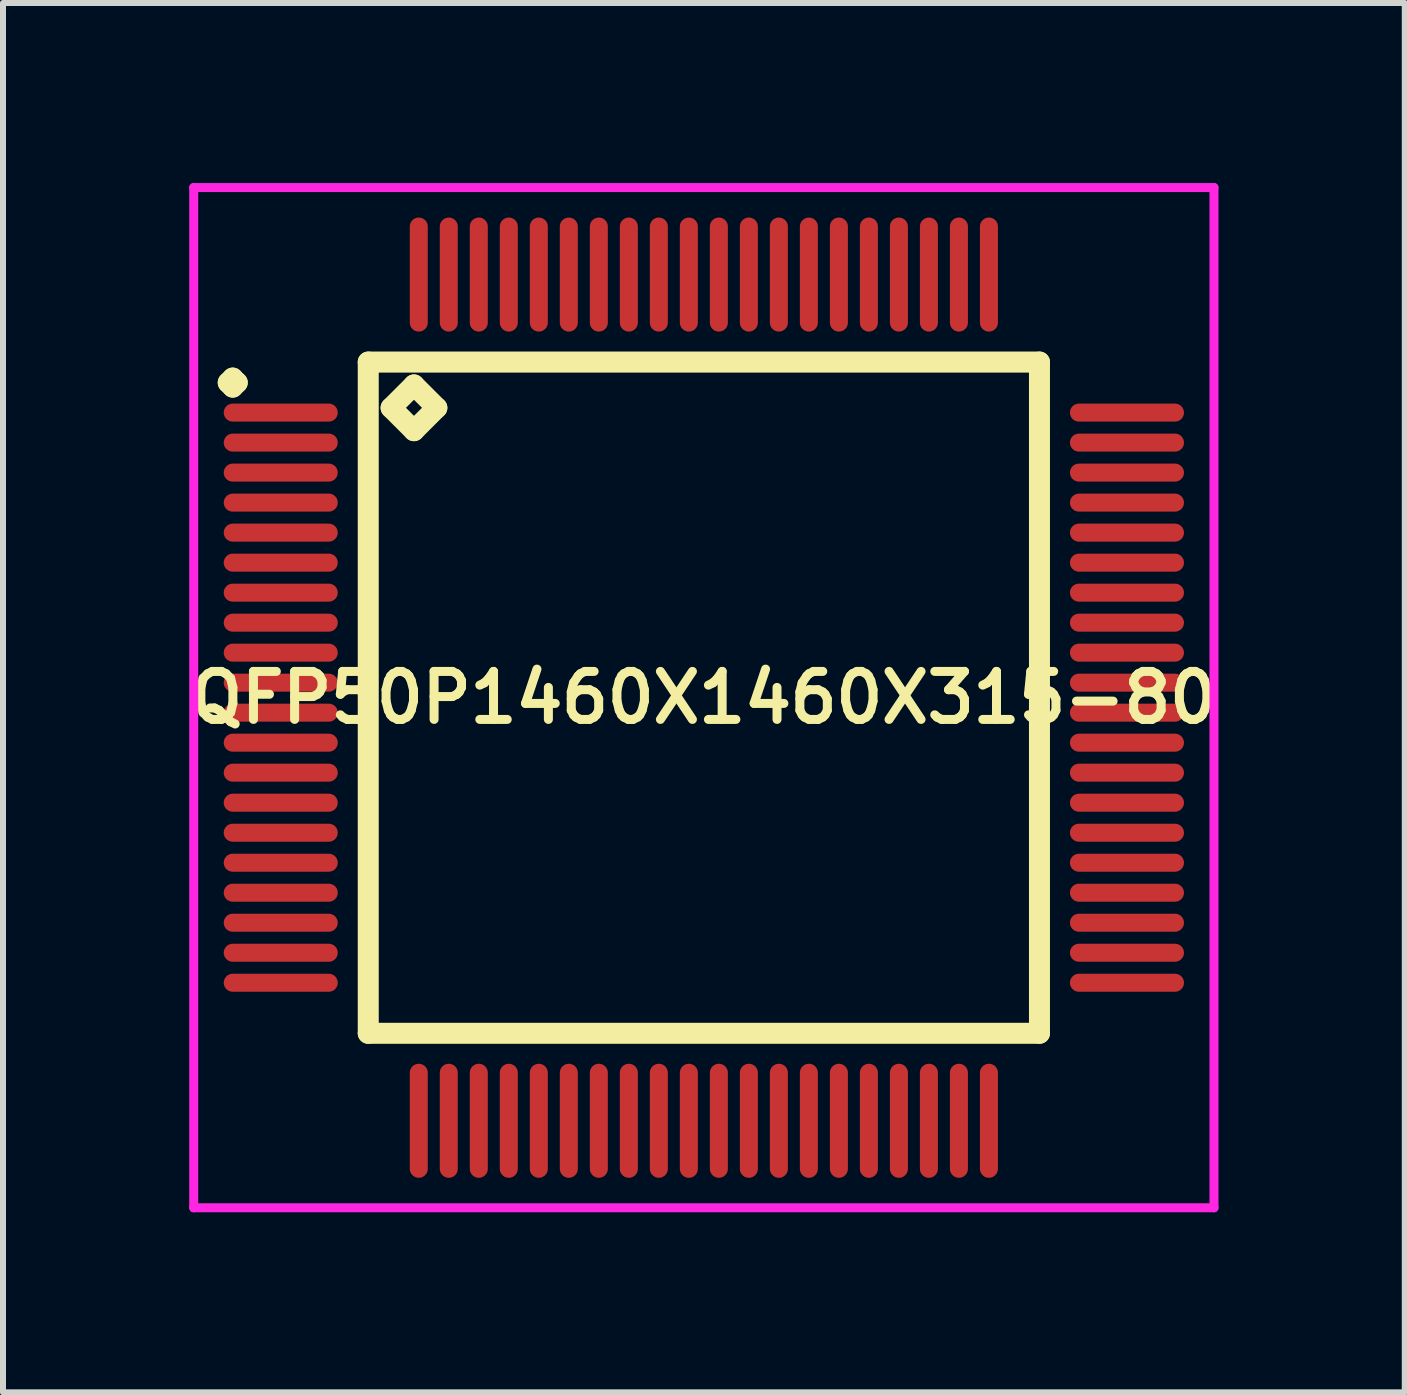
<source format=kicad_pcb>
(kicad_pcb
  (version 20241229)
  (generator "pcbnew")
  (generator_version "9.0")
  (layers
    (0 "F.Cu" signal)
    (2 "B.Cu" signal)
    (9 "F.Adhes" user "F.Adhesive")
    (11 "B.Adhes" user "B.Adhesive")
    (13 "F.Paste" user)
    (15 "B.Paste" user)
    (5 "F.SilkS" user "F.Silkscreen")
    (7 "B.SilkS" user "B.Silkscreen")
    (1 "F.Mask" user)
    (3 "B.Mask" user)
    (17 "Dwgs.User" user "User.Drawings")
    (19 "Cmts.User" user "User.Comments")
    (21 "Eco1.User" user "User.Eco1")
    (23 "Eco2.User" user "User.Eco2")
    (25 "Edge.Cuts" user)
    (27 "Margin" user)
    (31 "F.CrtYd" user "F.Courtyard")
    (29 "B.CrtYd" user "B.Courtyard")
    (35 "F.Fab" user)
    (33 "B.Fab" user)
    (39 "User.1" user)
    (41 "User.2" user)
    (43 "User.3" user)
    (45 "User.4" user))
  (footprint "QFP50P1460X1460X315-80"
    (layer "F.Cu")
    (at 8.678 8.575)
    (property "Reference" "QFP50P1460X1460X315-80" (at 0 0 0) (layer "F.SilkS") (effects (font (size 0.8 0.8) (thickness 0.15))))
    (attr smd)
    (fp_line (start -7.925 -5.25) (end -7.85 -5.325) (stroke (width 0.35) (type solid)) (layer "F.SilkS"))
    (fp_line (start -7.85 -5.325) (end -7.775 -5.25) (stroke (width 0.35) (type solid)) (layer "F.SilkS"))
    (fp_line (start -7.85 -5.175) (end -7.925 -5.25) (stroke (width 0.35) (type solid)) (layer "F.SilkS"))
    (fp_line (start -7.775 -5.25) (end -7.85 -5.175) (stroke (width 0.35) (type solid)) (layer "F.SilkS"))
    (fp_line (start -5.592 -5.592) (end -5.592 5.592) (stroke (width 0.35) (type solid)) (layer "F.SilkS"))
    (fp_line (start -5.592 5.592) (end 5.592 5.592) (stroke (width 0.35) (type solid)) (layer "F.SilkS"))
    (fp_line (start -5.211 -4.83) (end -4.83 -5.211) (stroke (width 0.35) (type solid)) (layer "F.SilkS"))
    (fp_line (start -4.83 -5.211) (end -4.449 -4.83) (stroke (width 0.35) (type solid)) (layer "F.SilkS"))
    (fp_line (start -4.83 -4.449) (end -5.211 -4.83) (stroke (width 0.35) (type solid)) (layer "F.SilkS"))
    (fp_line (start -4.449 -4.83) (end -4.83 -4.449) (stroke (width 0.35) (type solid)) (layer "F.SilkS"))
    (fp_line (start 5.592 -5.592) (end -5.592 -5.592) (stroke (width 0.35) (type solid)) (layer "F.SilkS"))
    (fp_line (start 5.592 5.592) (end 5.592 -5.592) (stroke (width 0.35) (type solid)) (layer "F.SilkS"))
    (fp_line (start -8.5 -8.5) (end 8.5 -8.5) (stroke (width 0.15) (type solid)) (layer "F.CrtYd"))
    (fp_line (start -8.5 8.5) (end -8.5 -8.5) (stroke (width 0.15) (type solid)) (layer "F.CrtYd"))
    (fp_line (start 8.5 -8.5) (end 8.5 8.5) (stroke (width 0.15) (type solid)) (layer "F.CrtYd"))
    (fp_line (start 8.5 8.5) (end -8.5 8.5) (stroke (width 0.15) (type solid)) (layer "F.CrtYd"))
    (pad "1" smd oval (at -7.05 -4.75) (size 1.9 0.3) (layers "F.Cu" "F.Mask" "F.Paste"))
    (pad "2" smd oval (at -7.05 -4.25) (size 1.9 0.3) (layers "F.Cu" "F.Mask" "F.Paste"))
    (pad "3" smd oval (at -7.05 -3.75) (size 1.9 0.3) (layers "F.Cu" "F.Mask" "F.Paste"))
    (pad "4" smd oval (at -7.05 -3.25) (size 1.9 0.3) (layers "F.Cu" "F.Mask" "F.Paste"))
    (pad "5" smd oval (at -7.05 -2.75) (size 1.9 0.3) (layers "F.Cu" "F.Mask" "F.Paste"))
    (pad "6" smd oval (at -7.05 -2.25) (size 1.9 0.3) (layers "F.Cu" "F.Mask" "F.Paste"))
    (pad "7" smd oval (at -7.05 -1.75) (size 1.9 0.3) (layers "F.Cu" "F.Mask" "F.Paste"))
    (pad "8" smd oval (at -7.05 -1.25) (size 1.9 0.3) (layers "F.Cu" "F.Mask" "F.Paste"))
    (pad "9" smd oval (at -7.05 -0.75) (size 1.9 0.3) (layers "F.Cu" "F.Mask" "F.Paste"))
    (pad "10" smd oval (at -7.05 -0.25) (size 1.9 0.3) (layers "F.Cu" "F.Mask" "F.Paste"))
    (pad "11" smd oval (at -7.05 0.25) (size 1.9 0.3) (layers "F.Cu" "F.Mask" "F.Paste"))
    (pad "12" smd oval (at -7.05 0.75) (size 1.9 0.3) (layers "F.Cu" "F.Mask" "F.Paste"))
    (pad "13" smd oval (at -7.05 1.25) (size 1.9 0.3) (layers "F.Cu" "F.Mask" "F.Paste"))
    (pad "14" smd oval (at -7.05 1.75) (size 1.9 0.3) (layers "F.Cu" "F.Mask" "F.Paste"))
    (pad "15" smd oval (at -7.05 2.25) (size 1.9 0.3) (layers "F.Cu" "F.Mask" "F.Paste"))
    (pad "16" smd oval (at -7.05 2.75) (size 1.9 0.3) (layers "F.Cu" "F.Mask" "F.Paste"))
    (pad "17" smd oval (at -7.05 3.25) (size 1.9 0.3) (layers "F.Cu" "F.Mask" "F.Paste"))
    (pad "18" smd oval (at -7.05 3.75) (size 1.9 0.3) (layers "F.Cu" "F.Mask" "F.Paste"))
    (pad "19" smd oval (at -7.05 4.25) (size 1.9 0.3) (layers "F.Cu" "F.Mask" "F.Paste"))
    (pad "20" smd oval (at -7.05 4.75) (size 1.9 0.3) (layers "F.Cu" "F.Mask" "F.Paste"))
    (pad "21" smd oval (at -4.75 7.05) (size 0.3 1.9) (layers "F.Cu" "F.Mask" "F.Paste"))
    (pad "22" smd oval (at -4.25 7.05) (size 0.3 1.9) (layers "F.Cu" "F.Mask" "F.Paste"))
    (pad "23" smd oval (at -3.75 7.05) (size 0.3 1.9) (layers "F.Cu" "F.Mask" "F.Paste"))
    (pad "24" smd oval (at -3.25 7.05) (size 0.3 1.9) (layers "F.Cu" "F.Mask" "F.Paste"))
    (pad "25" smd oval (at -2.75 7.05) (size 0.3 1.9) (layers "F.Cu" "F.Mask" "F.Paste"))
    (pad "26" smd oval (at -2.25 7.05) (size 0.3 1.9) (layers "F.Cu" "F.Mask" "F.Paste"))
    (pad "27" smd oval (at -1.75 7.05) (size 0.3 1.9) (layers "F.Cu" "F.Mask" "F.Paste"))
    (pad "28" smd oval (at -1.25 7.05) (size 0.3 1.9) (layers "F.Cu" "F.Mask" "F.Paste"))
    (pad "29" smd oval (at -0.75 7.05) (size 0.3 1.9) (layers "F.Cu" "F.Mask" "F.Paste"))
    (pad "30" smd oval (at -0.25 7.05) (size 0.3 1.9) (layers "F.Cu" "F.Mask" "F.Paste"))
    (pad "31" smd oval (at 0.25 7.05) (size 0.3 1.9) (layers "F.Cu" "F.Mask" "F.Paste"))
    (pad "32" smd oval (at 0.75 7.05) (size 0.3 1.9) (layers "F.Cu" "F.Mask" "F.Paste"))
    (pad "33" smd oval (at 1.25 7.05) (size 0.3 1.9) (layers "F.Cu" "F.Mask" "F.Paste"))
    (pad "34" smd oval (at 1.75 7.05) (size 0.3 1.9) (layers "F.Cu" "F.Mask" "F.Paste"))
    (pad "35" smd oval (at 2.25 7.05) (size 0.3 1.9) (layers "F.Cu" "F.Mask" "F.Paste"))
    (pad "36" smd oval (at 2.75 7.05) (size 0.3 1.9) (layers "F.Cu" "F.Mask" "F.Paste"))
    (pad "37" smd oval (at 3.25 7.05) (size 0.3 1.9) (layers "F.Cu" "F.Mask" "F.Paste"))
    (pad "38" smd oval (at 3.75 7.05) (size 0.3 1.9) (layers "F.Cu" "F.Mask" "F.Paste"))
    (pad "39" smd oval (at 4.25 7.05) (size 0.3 1.9) (layers "F.Cu" "F.Mask" "F.Paste"))
    (pad "40" smd oval (at 4.75 7.05) (size 0.3 1.9) (layers "F.Cu" "F.Mask" "F.Paste"))
    (pad "41" smd oval (at 7.05 4.75) (size 1.9 0.3) (layers "F.Cu" "F.Mask" "F.Paste"))
    (pad "42" smd oval (at 7.05 4.25) (size 1.9 0.3) (layers "F.Cu" "F.Mask" "F.Paste"))
    (pad "43" smd oval (at 7.05 3.75) (size 1.9 0.3) (layers "F.Cu" "F.Mask" "F.Paste"))
    (pad "44" smd oval (at 7.05 3.25) (size 1.9 0.3) (layers "F.Cu" "F.Mask" "F.Paste"))
    (pad "45" smd oval (at 7.05 2.75) (size 1.9 0.3) (layers "F.Cu" "F.Mask" "F.Paste"))
    (pad "46" smd oval (at 7.05 2.25) (size 1.9 0.3) (layers "F.Cu" "F.Mask" "F.Paste"))
    (pad "47" smd oval (at 7.05 1.75) (size 1.9 0.3) (layers "F.Cu" "F.Mask" "F.Paste"))
    (pad "48" smd oval (at 7.05 1.25) (size 1.9 0.3) (layers "F.Cu" "F.Mask" "F.Paste"))
    (pad "49" smd oval (at 7.05 0.75) (size 1.9 0.3) (layers "F.Cu" "F.Mask" "F.Paste"))
    (pad "50" smd oval (at 7.05 0.25) (size 1.9 0.3) (layers "F.Cu" "F.Mask" "F.Paste"))
    (pad "51" smd oval (at 7.05 -0.25) (size 1.9 0.3) (layers "F.Cu" "F.Mask" "F.Paste"))
    (pad "52" smd oval (at 7.05 -0.75) (size 1.9 0.3) (layers "F.Cu" "F.Mask" "F.Paste"))
    (pad "53" smd oval (at 7.05 -1.25) (size 1.9 0.3) (layers "F.Cu" "F.Mask" "F.Paste"))
    (pad "54" smd oval (at 7.05 -1.75) (size 1.9 0.3) (layers "F.Cu" "F.Mask" "F.Paste"))
    (pad "55" smd oval (at 7.05 -2.25) (size 1.9 0.3) (layers "F.Cu" "F.Mask" "F.Paste"))
    (pad "56" smd oval (at 7.05 -2.75) (size 1.9 0.3) (layers "F.Cu" "F.Mask" "F.Paste"))
    (pad "57" smd oval (at 7.05 -3.25) (size 1.9 0.3) (layers "F.Cu" "F.Mask" "F.Paste"))
    (pad "58" smd oval (at 7.05 -3.75) (size 1.9 0.3) (layers "F.Cu" "F.Mask" "F.Paste"))
    (pad "59" smd oval (at 7.05 -4.25) (size 1.9 0.3) (layers "F.Cu" "F.Mask" "F.Paste"))
    (pad "60" smd oval (at 7.05 -4.75) (size 1.9 0.3) (layers "F.Cu" "F.Mask" "F.Paste"))
    (pad "61" smd oval (at 4.75 -7.05) (size 0.3 1.9) (layers "F.Cu" "F.Mask" "F.Paste"))
    (pad "62" smd oval (at 4.25 -7.05) (size 0.3 1.9) (layers "F.Cu" "F.Mask" "F.Paste"))
    (pad "63" smd oval (at 3.75 -7.05) (size 0.3 1.9) (layers "F.Cu" "F.Mask" "F.Paste"))
    (pad "64" smd oval (at 3.25 -7.05) (size 0.3 1.9) (layers "F.Cu" "F.Mask" "F.Paste"))
    (pad "65" smd oval (at 2.75 -7.05) (size 0.3 1.9) (layers "F.Cu" "F.Mask" "F.Paste"))
    (pad "66" smd oval (at 2.25 -7.05) (size 0.3 1.9) (layers "F.Cu" "F.Mask" "F.Paste"))
    (pad "67" smd oval (at 1.75 -7.05) (size 0.3 1.9) (layers "F.Cu" "F.Mask" "F.Paste"))
    (pad "68" smd oval (at 1.25 -7.05) (size 0.3 1.9) (layers "F.Cu" "F.Mask" "F.Paste"))
    (pad "69" smd oval (at 0.75 -7.05) (size 0.3 1.9) (layers "F.Cu" "F.Mask" "F.Paste"))
    (pad "70" smd oval (at 0.25 -7.05) (size 0.3 1.9) (layers "F.Cu" "F.Mask" "F.Paste"))
    (pad "71" smd oval (at -0.25 -7.05) (size 0.3 1.9) (layers "F.Cu" "F.Mask" "F.Paste"))
    (pad "72" smd oval (at -0.75 -7.05) (size 0.3 1.9) (layers "F.Cu" "F.Mask" "F.Paste"))
    (pad "73" smd oval (at -1.25 -7.05) (size 0.3 1.9) (layers "F.Cu" "F.Mask" "F.Paste"))
    (pad "74" smd oval (at -1.75 -7.05) (size 0.3 1.9) (layers "F.Cu" "F.Mask" "F.Paste"))
    (pad "75" smd oval (at -2.25 -7.05) (size 0.3 1.9) (layers "F.Cu" "F.Mask" "F.Paste"))
    (pad "76" smd oval (at -2.75 -7.05) (size 0.3 1.9) (layers "F.Cu" "F.Mask" "F.Paste"))
    (pad "77" smd oval (at -3.25 -7.05) (size 0.3 1.9) (layers "F.Cu" "F.Mask" "F.Paste"))
    (pad "78" smd oval (at -3.75 -7.05) (size 0.3 1.9) (layers "F.Cu" "F.Mask" "F.Paste"))
    (pad "79" smd oval (at -4.25 -7.05) (size 0.3 1.9) (layers "F.Cu" "F.Mask" "F.Paste"))
    (pad "80" smd oval (at -4.75 -7.05) (size 0.3 1.9) (layers "F.Cu" "F.Mask" "F.Paste")))
  (gr_rect
    (start -3 -3)
    (end 20.357 20.15)
    (stroke (width 0.1) (type default))
    (fill no)
    (layer "Edge.Cuts")))
</source>
